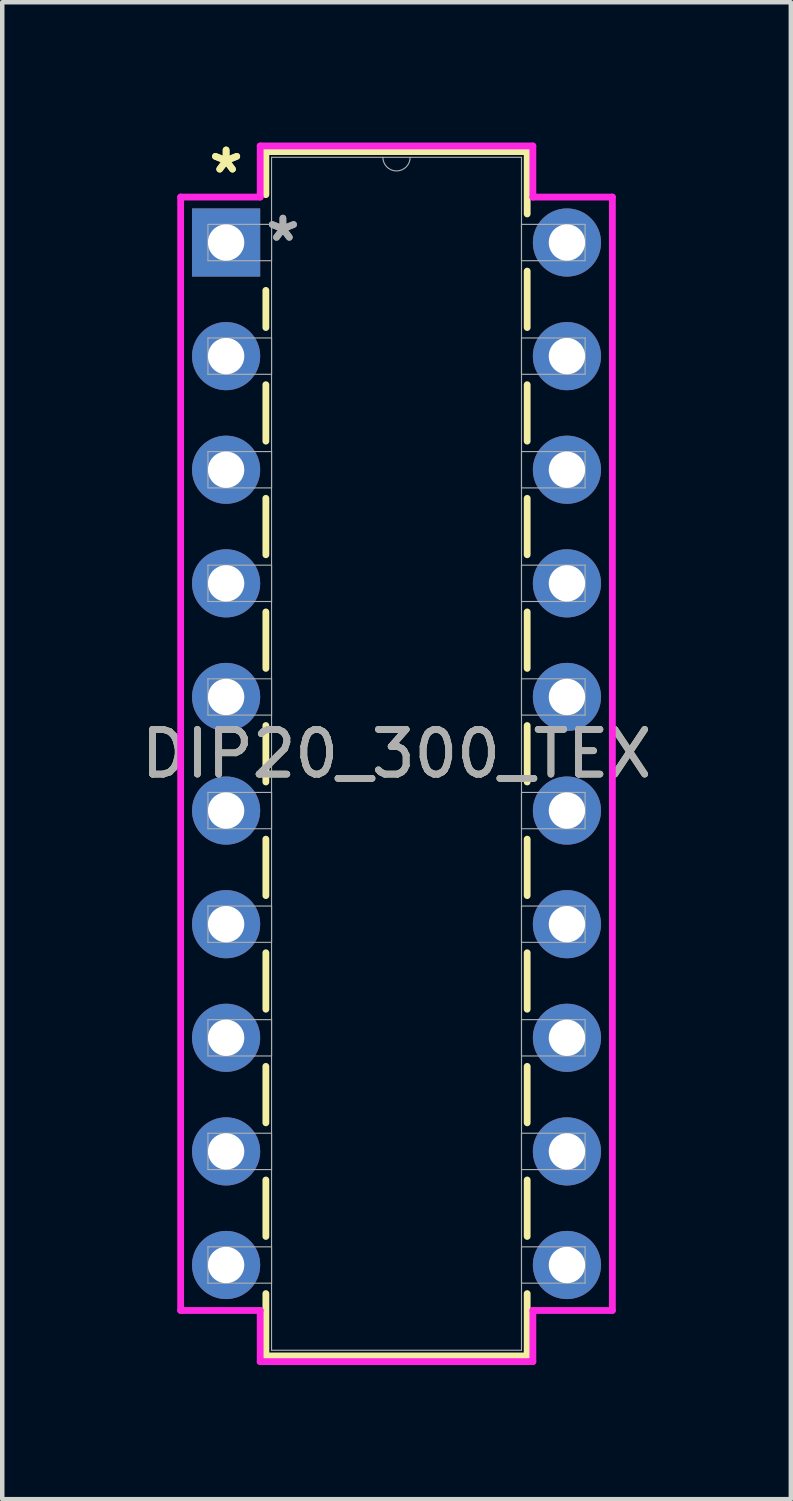
<source format=kicad_pcb>
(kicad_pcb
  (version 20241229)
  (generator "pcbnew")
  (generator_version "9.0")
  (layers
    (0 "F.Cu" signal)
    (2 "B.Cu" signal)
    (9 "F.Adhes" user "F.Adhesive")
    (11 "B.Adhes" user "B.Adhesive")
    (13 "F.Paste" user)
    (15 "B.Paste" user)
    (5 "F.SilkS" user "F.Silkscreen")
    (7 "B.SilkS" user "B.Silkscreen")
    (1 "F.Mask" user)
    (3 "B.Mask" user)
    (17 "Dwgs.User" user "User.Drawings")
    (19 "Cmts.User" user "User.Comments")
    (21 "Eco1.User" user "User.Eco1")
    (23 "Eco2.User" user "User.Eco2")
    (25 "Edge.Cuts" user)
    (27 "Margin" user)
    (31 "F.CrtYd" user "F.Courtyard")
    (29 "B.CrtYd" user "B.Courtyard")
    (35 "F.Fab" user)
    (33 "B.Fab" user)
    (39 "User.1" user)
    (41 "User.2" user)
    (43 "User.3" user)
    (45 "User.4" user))
  (footprint "DIP20_300_TEX"
    (layer "F.Cu")
    (at 2.005 2.372)
    (property "Reference" "DIP20_300_TEX" (at 3.81 11.43 0) (unlocked yes) (layer "F.SilkS") (effects (font (size 1 1) (thickness 0.15))))
    (attr through_hole)
    (fp_line (start 0.889 -2.032) (end 0.889 -1.07) (stroke (width 0.152) (type solid)) (layer "F.SilkS"))
    (fp_line (start 0.889 1.07) (end 0.889 1.901) (stroke (width 0.152) (type solid)) (layer "F.SilkS"))
    (fp_line (start 0.889 3.179) (end 0.889 4.441) (stroke (width 0.152) (type solid)) (layer "F.SilkS"))
    (fp_line (start 0.889 5.719) (end 0.889 6.981) (stroke (width 0.152) (type solid)) (layer "F.SilkS"))
    (fp_line (start 0.889 8.259) (end 0.889 9.521) (stroke (width 0.152) (type solid)) (layer "F.SilkS"))
    (fp_line (start 0.889 10.799) (end 0.889 12.061) (stroke (width 0.152) (type solid)) (layer "F.SilkS"))
    (fp_line (start 0.889 13.339) (end 0.889 14.601) (stroke (width 0.152) (type solid)) (layer "F.SilkS"))
    (fp_line (start 0.889 15.879) (end 0.889 17.141) (stroke (width 0.152) (type solid)) (layer "F.SilkS"))
    (fp_line (start 0.889 18.419) (end 0.889 19.681) (stroke (width 0.152) (type solid)) (layer "F.SilkS"))
    (fp_line (start 0.889 20.959) (end 0.889 22.221) (stroke (width 0.152) (type solid)) (layer "F.SilkS"))
    (fp_line (start 0.889 23.499) (end 0.889 24.892) (stroke (width 0.152) (type solid)) (layer "F.SilkS"))
    (fp_line (start 0.889 24.892) (end 6.731 24.892) (stroke (width 0.152) (type solid)) (layer "F.SilkS"))
    (fp_line (start 6.731 -2.032) (end 0.889 -2.032) (stroke (width 0.152) (type solid)) (layer "F.SilkS"))
    (fp_line (start 6.731 -0.639) (end 6.731 -2.032) (stroke (width 0.152) (type solid)) (layer "F.SilkS"))
    (fp_line (start 6.731 1.901) (end 6.731 0.639) (stroke (width 0.152) (type solid)) (layer "F.SilkS"))
    (fp_line (start 6.731 4.441) (end 6.731 3.179) (stroke (width 0.152) (type solid)) (layer "F.SilkS"))
    (fp_line (start 6.731 6.981) (end 6.731 5.719) (stroke (width 0.152) (type solid)) (layer "F.SilkS"))
    (fp_line (start 6.731 9.521) (end 6.731 8.259) (stroke (width 0.152) (type solid)) (layer "F.SilkS"))
    (fp_line (start 6.731 12.061) (end 6.731 10.799) (stroke (width 0.152) (type solid)) (layer "F.SilkS"))
    (fp_line (start 6.731 14.601) (end 6.731 13.339) (stroke (width 0.152) (type solid)) (layer "F.SilkS"))
    (fp_line (start 6.731 17.141) (end 6.731 15.879) (stroke (width 0.152) (type solid)) (layer "F.SilkS"))
    (fp_line (start 6.731 19.681) (end 6.731 18.419) (stroke (width 0.152) (type solid)) (layer "F.SilkS"))
    (fp_line (start 6.731 22.221) (end 6.731 20.959) (stroke (width 0.152) (type solid)) (layer "F.SilkS"))
    (fp_line (start 6.731 24.892) (end 6.731 23.499) (stroke (width 0.152) (type solid)) (layer "F.SilkS"))
    (fp_line (start -1.016 -1.016) (end 0.762 -1.016) (stroke (width 0.152) (type solid)) (layer "F.CrtYd"))
    (fp_line (start -1.016 23.876) (end -1.016 -1.016) (stroke (width 0.152) (type solid)) (layer "F.CrtYd"))
    (fp_line (start 0.762 -2.159) (end 6.858 -2.159) (stroke (width 0.152) (type solid)) (layer "F.CrtYd"))
    (fp_line (start 0.762 -1.016) (end 0.762 -2.159) (stroke (width 0.152) (type solid)) (layer "F.CrtYd"))
    (fp_line (start 0.762 23.876) (end -1.016 23.876) (stroke (width 0.152) (type solid)) (layer "F.CrtYd"))
    (fp_line (start 0.762 25.019) (end 0.762 23.876) (stroke (width 0.152) (type solid)) (layer "F.CrtYd"))
    (fp_line (start 6.858 -2.159) (end 6.858 -1.016) (stroke (width 0.152) (type solid)) (layer "F.CrtYd"))
    (fp_line (start 6.858 23.876) (end 6.858 25.019) (stroke (width 0.152) (type solid)) (layer "F.CrtYd"))
    (fp_line (start 6.858 25.019) (end 0.762 25.019) (stroke (width 0.152) (type solid)) (layer "F.CrtYd"))
    (fp_line (start 8.636 -1.016) (end 6.858 -1.016) (stroke (width 0.152) (type solid)) (layer "F.CrtYd"))
    (fp_line (start 8.636 -1.016) (end 8.636 23.876) (stroke (width 0.152) (type solid)) (layer "F.CrtYd"))
    (fp_line (start 8.636 23.876) (end 6.858 23.876) (stroke (width 0.152) (type solid)) (layer "F.CrtYd"))
    (fp_line (start -0.406 -0.406) (end -0.406 0.406) (stroke (width 0.025) (type solid)) (layer "F.Fab"))
    (fp_line (start -0.406 0.406) (end 1.016 0.406) (stroke (width 0.025) (type solid)) (layer "F.Fab"))
    (fp_line (start -0.406 2.134) (end -0.406 2.946) (stroke (width 0.025) (type solid)) (layer "F.Fab"))
    (fp_line (start -0.406 2.946) (end 1.016 2.946) (stroke (width 0.025) (type solid)) (layer "F.Fab"))
    (fp_line (start -0.406 4.674) (end -0.406 5.486) (stroke (width 0.025) (type solid)) (layer "F.Fab"))
    (fp_line (start -0.406 5.486) (end 1.016 5.486) (stroke (width 0.025) (type solid)) (layer "F.Fab"))
    (fp_line (start -0.406 7.214) (end -0.406 8.026) (stroke (width 0.025) (type solid)) (layer "F.Fab"))
    (fp_line (start -0.406 8.026) (end 1.016 8.026) (stroke (width 0.025) (type solid)) (layer "F.Fab"))
    (fp_line (start -0.406 9.754) (end -0.406 10.566) (stroke (width 0.025) (type solid)) (layer "F.Fab"))
    (fp_line (start -0.406 10.566) (end 1.016 10.566) (stroke (width 0.025) (type solid)) (layer "F.Fab"))
    (fp_line (start -0.406 12.294) (end -0.406 13.106) (stroke (width 0.025) (type solid)) (layer "F.Fab"))
    (fp_line (start -0.406 13.106) (end 1.016 13.106) (stroke (width 0.025) (type solid)) (layer "F.Fab"))
    (fp_line (start -0.406 14.834) (end -0.406 15.646) (stroke (width 0.025) (type solid)) (layer "F.Fab"))
    (fp_line (start -0.406 15.646) (end 1.016 15.646) (stroke (width 0.025) (type solid)) (layer "F.Fab"))
    (fp_line (start -0.406 17.374) (end -0.406 18.186) (stroke (width 0.025) (type solid)) (layer "F.Fab"))
    (fp_line (start -0.406 18.186) (end 1.016 18.186) (stroke (width 0.025) (type solid)) (layer "F.Fab"))
    (fp_line (start -0.406 19.914) (end -0.406 20.726) (stroke (width 0.025) (type solid)) (layer "F.Fab"))
    (fp_line (start -0.406 20.726) (end 1.016 20.726) (stroke (width 0.025) (type solid)) (layer "F.Fab"))
    (fp_line (start -0.406 22.454) (end -0.406 23.266) (stroke (width 0.025) (type solid)) (layer "F.Fab"))
    (fp_line (start -0.406 23.266) (end 1.016 23.266) (stroke (width 0.025) (type solid)) (layer "F.Fab"))
    (fp_line (start 1.016 -1.905) (end 1.016 24.765) (stroke (width 0.025) (type solid)) (layer "F.Fab"))
    (fp_line (start 1.016 -0.406) (end -0.406 -0.406) (stroke (width 0.025) (type solid)) (layer "F.Fab"))
    (fp_line (start 1.016 0.406) (end 1.016 -0.406) (stroke (width 0.025) (type solid)) (layer "F.Fab"))
    (fp_line (start 1.016 2.134) (end -0.406 2.134) (stroke (width 0.025) (type solid)) (layer "F.Fab"))
    (fp_line (start 1.016 2.946) (end 1.016 2.134) (stroke (width 0.025) (type solid)) (layer "F.Fab"))
    (fp_line (start 1.016 4.674) (end -0.406 4.674) (stroke (width 0.025) (type solid)) (layer "F.Fab"))
    (fp_line (start 1.016 5.486) (end 1.016 4.674) (stroke (width 0.025) (type solid)) (layer "F.Fab"))
    (fp_line (start 1.016 7.214) (end -0.406 7.214) (stroke (width 0.025) (type solid)) (layer "F.Fab"))
    (fp_line (start 1.016 8.026) (end 1.016 7.214) (stroke (width 0.025) (type solid)) (layer "F.Fab"))
    (fp_line (start 1.016 9.754) (end -0.406 9.754) (stroke (width 0.025) (type solid)) (layer "F.Fab"))
    (fp_line (start 1.016 10.566) (end 1.016 9.754) (stroke (width 0.025) (type solid)) (layer "F.Fab"))
    (fp_line (start 1.016 12.294) (end -0.406 12.294) (stroke (width 0.025) (type solid)) (layer "F.Fab"))
    (fp_line (start 1.016 13.106) (end 1.016 12.294) (stroke (width 0.025) (type solid)) (layer "F.Fab"))
    (fp_line (start 1.016 14.834) (end -0.406 14.834) (stroke (width 0.025) (type solid)) (layer "F.Fab"))
    (fp_line (start 1.016 15.646) (end 1.016 14.834) (stroke (width 0.025) (type solid)) (layer "F.Fab"))
    (fp_line (start 1.016 17.374) (end -0.406 17.374) (stroke (width 0.025) (type solid)) (layer "F.Fab"))
    (fp_line (start 1.016 18.186) (end 1.016 17.374) (stroke (width 0.025) (type solid)) (layer "F.Fab"))
    (fp_line (start 1.016 19.914) (end -0.406 19.914) (stroke (width 0.025) (type solid)) (layer "F.Fab"))
    (fp_line (start 1.016 20.726) (end 1.016 19.914) (stroke (width 0.025) (type solid)) (layer "F.Fab"))
    (fp_line (start 1.016 22.454) (end -0.406 22.454) (stroke (width 0.025) (type solid)) (layer "F.Fab"))
    (fp_line (start 1.016 23.266) (end 1.016 22.454) (stroke (width 0.025) (type solid)) (layer "F.Fab"))
    (fp_line (start 1.016 24.765) (end 6.604 24.765) (stroke (width 0.025) (type solid)) (layer "F.Fab"))
    (fp_line (start 6.604 -1.905) (end 1.016 -1.905) (stroke (width 0.025) (type solid)) (layer "F.Fab"))
    (fp_line (start 6.604 -0.406) (end 6.604 0.406) (stroke (width 0.025) (type solid)) (layer "F.Fab"))
    (fp_line (start 6.604 0.406) (end 8.026 0.406) (stroke (width 0.025) (type solid)) (layer "F.Fab"))
    (fp_line (start 6.604 2.134) (end 6.604 2.946) (stroke (width 0.025) (type solid)) (layer "F.Fab"))
    (fp_line (start 6.604 2.946) (end 8.026 2.946) (stroke (width 0.025) (type solid)) (layer "F.Fab"))
    (fp_line (start 6.604 4.674) (end 6.604 5.486) (stroke (width 0.025) (type solid)) (layer "F.Fab"))
    (fp_line (start 6.604 5.486) (end 8.026 5.486) (stroke (width 0.025) (type solid)) (layer "F.Fab"))
    (fp_line (start 6.604 7.214) (end 6.604 8.026) (stroke (width 0.025) (type solid)) (layer "F.Fab"))
    (fp_line (start 6.604 8.026) (end 8.026 8.026) (stroke (width 0.025) (type solid)) (layer "F.Fab"))
    (fp_line (start 6.604 9.754) (end 6.604 10.566) (stroke (width 0.025) (type solid)) (layer "F.Fab"))
    (fp_line (start 6.604 10.566) (end 8.026 10.566) (stroke (width 0.025) (type solid)) (layer "F.Fab"))
    (fp_line (start 6.604 12.294) (end 6.604 13.106) (stroke (width 0.025) (type solid)) (layer "F.Fab"))
    (fp_line (start 6.604 13.106) (end 8.026 13.106) (stroke (width 0.025) (type solid)) (layer "F.Fab"))
    (fp_line (start 6.604 14.834) (end 6.604 15.646) (stroke (width 0.025) (type solid)) (layer "F.Fab"))
    (fp_line (start 6.604 15.646) (end 8.026 15.646) (stroke (width 0.025) (type solid)) (layer "F.Fab"))
    (fp_line (start 6.604 17.374) (end 6.604 18.186) (stroke (width 0.025) (type solid)) (layer "F.Fab"))
    (fp_line (start 6.604 18.186) (end 8.026 18.186) (stroke (width 0.025) (type solid)) (layer "F.Fab"))
    (fp_line (start 6.604 19.914) (end 6.604 20.726) (stroke (width 0.025) (type solid)) (layer "F.Fab"))
    (fp_line (start 6.604 20.726) (end 8.026 20.726) (stroke (width 0.025) (type solid)) (layer "F.Fab"))
    (fp_line (start 6.604 22.454) (end 6.604 23.266) (stroke (width 0.025) (type solid)) (layer "F.Fab"))
    (fp_line (start 6.604 23.266) (end 8.026 23.266) (stroke (width 0.025) (type solid)) (layer "F.Fab"))
    (fp_line (start 6.604 24.765) (end 6.604 -1.905) (stroke (width 0.025) (type solid)) (layer "F.Fab"))
    (fp_line (start 8.026 -0.406) (end 6.604 -0.406) (stroke (width 0.025) (type solid)) (layer "F.Fab"))
    (fp_line (start 8.026 0.406) (end 8.026 -0.406) (stroke (width 0.025) (type solid)) (layer "F.Fab"))
    (fp_line (start 8.026 2.134) (end 6.604 2.134) (stroke (width 0.025) (type solid)) (layer "F.Fab"))
    (fp_line (start 8.026 2.946) (end 8.026 2.134) (stroke (width 0.025) (type solid)) (layer "F.Fab"))
    (fp_line (start 8.026 4.674) (end 6.604 4.674) (stroke (width 0.025) (type solid)) (layer "F.Fab"))
    (fp_line (start 8.026 5.486) (end 8.026 4.674) (stroke (width 0.025) (type solid)) (layer "F.Fab"))
    (fp_line (start 8.026 7.214) (end 6.604 7.214) (stroke (width 0.025) (type solid)) (layer "F.Fab"))
    (fp_line (start 8.026 8.026) (end 8.026 7.214) (stroke (width 0.025) (type solid)) (layer "F.Fab"))
    (fp_line (start 8.026 9.754) (end 6.604 9.754) (stroke (width 0.025) (type solid)) (layer "F.Fab"))
    (fp_line (start 8.026 10.566) (end 8.026 9.754) (stroke (width 0.025) (type solid)) (layer "F.Fab"))
    (fp_line (start 8.026 12.294) (end 6.604 12.294) (stroke (width 0.025) (type solid)) (layer "F.Fab"))
    (fp_line (start 8.026 13.106) (end 8.026 12.294) (stroke (width 0.025) (type solid)) (layer "F.Fab"))
    (fp_line (start 8.026 14.834) (end 6.604 14.834) (stroke (width 0.025) (type solid)) (layer "F.Fab"))
    (fp_line (start 8.026 15.646) (end 8.026 14.834) (stroke (width 0.025) (type solid)) (layer "F.Fab"))
    (fp_line (start 8.026 17.374) (end 6.604 17.374) (stroke (width 0.025) (type solid)) (layer "F.Fab"))
    (fp_line (start 8.026 18.186) (end 8.026 17.374) (stroke (width 0.025) (type solid)) (layer "F.Fab"))
    (fp_line (start 8.026 19.914) (end 6.604 19.914) (stroke (width 0.025) (type solid)) (layer "F.Fab"))
    (fp_line (start 8.026 20.726) (end 8.026 19.914) (stroke (width 0.025) (type solid)) (layer "F.Fab"))
    (fp_line (start 8.026 22.454) (end 6.604 22.454) (stroke (width 0.025) (type solid)) (layer "F.Fab"))
    (fp_line (start 8.026 23.266) (end 8.026 22.454) (stroke (width 0.025) (type solid)) (layer "F.Fab"))
    (fp_arc (start 4.1148 -1.905) (mid 3.81 -1.6002) (end 3.5052 -1.905) (stroke (width 0.0254) (type solid)) (layer "F.Fab"))
    (fp_text user "*" (at 0 -1.524 0) (layer "F.SilkS") (effects (font (size 1 1) (thickness 0.15))))
    (fp_text user "*" (at 0 -1.524 0) (unlocked yes) (layer "F.SilkS") (effects (font (size 1 1) (thickness 0.15))))
    (fp_text user "${REFERENCE}" (at 3.81 11.43 0) (unlocked yes) (layer "F.Fab") (effects (font (size 1 1) (thickness 0.15))))
    (fp_text user "*" (at 1.27 0 0) (layer "F.Fab") (effects (font (size 1 1) (thickness 0.15))))
    (fp_text user "*" (at 1.27 0 0) (unlocked yes) (layer "F.Fab") (effects (font (size 1 1) (thickness 0.15))))
    (pad "1" thru_hole rect (at 0 0) (size 1.524 1.524) (drill 0.813) (layers "*.Cu" "*.Mask"))
    (pad "2" thru_hole circle (at 0 2.54) (size 1.524 1.524) (drill 0.813) (layers "*.Cu" "*.Mask"))
    (pad "3" thru_hole circle (at 0 5.08) (size 1.524 1.524) (drill 0.813) (layers "*.Cu" "*.Mask"))
    (pad "4" thru_hole circle (at 0 7.62) (size 1.524 1.524) (drill 0.813) (layers "*.Cu" "*.Mask"))
    (pad "5" thru_hole circle (at 0 10.16) (size 1.524 1.524) (drill 0.813) (layers "*.Cu" "*.Mask"))
    (pad "6" thru_hole circle (at 0 12.7) (size 1.524 1.524) (drill 0.813) (layers "*.Cu" "*.Mask"))
    (pad "7" thru_hole circle (at 0 15.24) (size 1.524 1.524) (drill 0.813) (layers "*.Cu" "*.Mask"))
    (pad "8" thru_hole circle (at 0 17.78) (size 1.524 1.524) (drill 0.813) (layers "*.Cu" "*.Mask"))
    (pad "9" thru_hole circle (at 0 20.32) (size 1.524 1.524) (drill 0.813) (layers "*.Cu" "*.Mask"))
    (pad "10" thru_hole circle (at 0 22.86) (size 1.524 1.524) (drill 0.813) (layers "*.Cu" "*.Mask"))
    (pad "11" thru_hole circle (at 7.62 22.86) (size 1.524 1.524) (drill 0.813) (layers "*.Cu" "*.Mask"))
    (pad "12" thru_hole circle (at 7.62 20.32) (size 1.524 1.524) (drill 0.813) (layers "*.Cu" "*.Mask"))
    (pad "13" thru_hole circle (at 7.62 17.78) (size 1.524 1.524) (drill 0.813) (layers "*.Cu" "*.Mask"))
    (pad "14" thru_hole circle (at 7.62 15.24) (size 1.524 1.524) (drill 0.813) (layers "*.Cu" "*.Mask"))
    (pad "15" thru_hole circle (at 7.62 12.7) (size 1.524 1.524) (drill 0.813) (layers "*.Cu" "*.Mask"))
    (pad "16" thru_hole circle (at 7.62 10.16) (size 1.524 1.524) (drill 0.813) (layers "*.Cu" "*.Mask"))
    (pad "17" thru_hole circle (at 7.62 7.62) (size 1.524 1.524) (drill 0.813) (layers "*.Cu" "*.Mask"))
    (pad "18" thru_hole circle (at 7.62 5.08) (size 1.524 1.524) (drill 0.813) (layers "*.Cu" "*.Mask"))
    (pad "19" thru_hole circle (at 7.62 2.54) (size 1.524 1.524) (drill 0.813) (layers "*.Cu" "*.Mask"))
    (pad "20" thru_hole circle (at 7.62 0) (size 1.524 1.524) (drill 0.813) (layers "*.Cu" "*.Mask")))
  (gr_rect
    (start -3 -3)
    (end 14.631 30.467)
    (stroke (width 0.1) (type default))
    (fill no)
    (layer "Edge.Cuts")))
</source>
